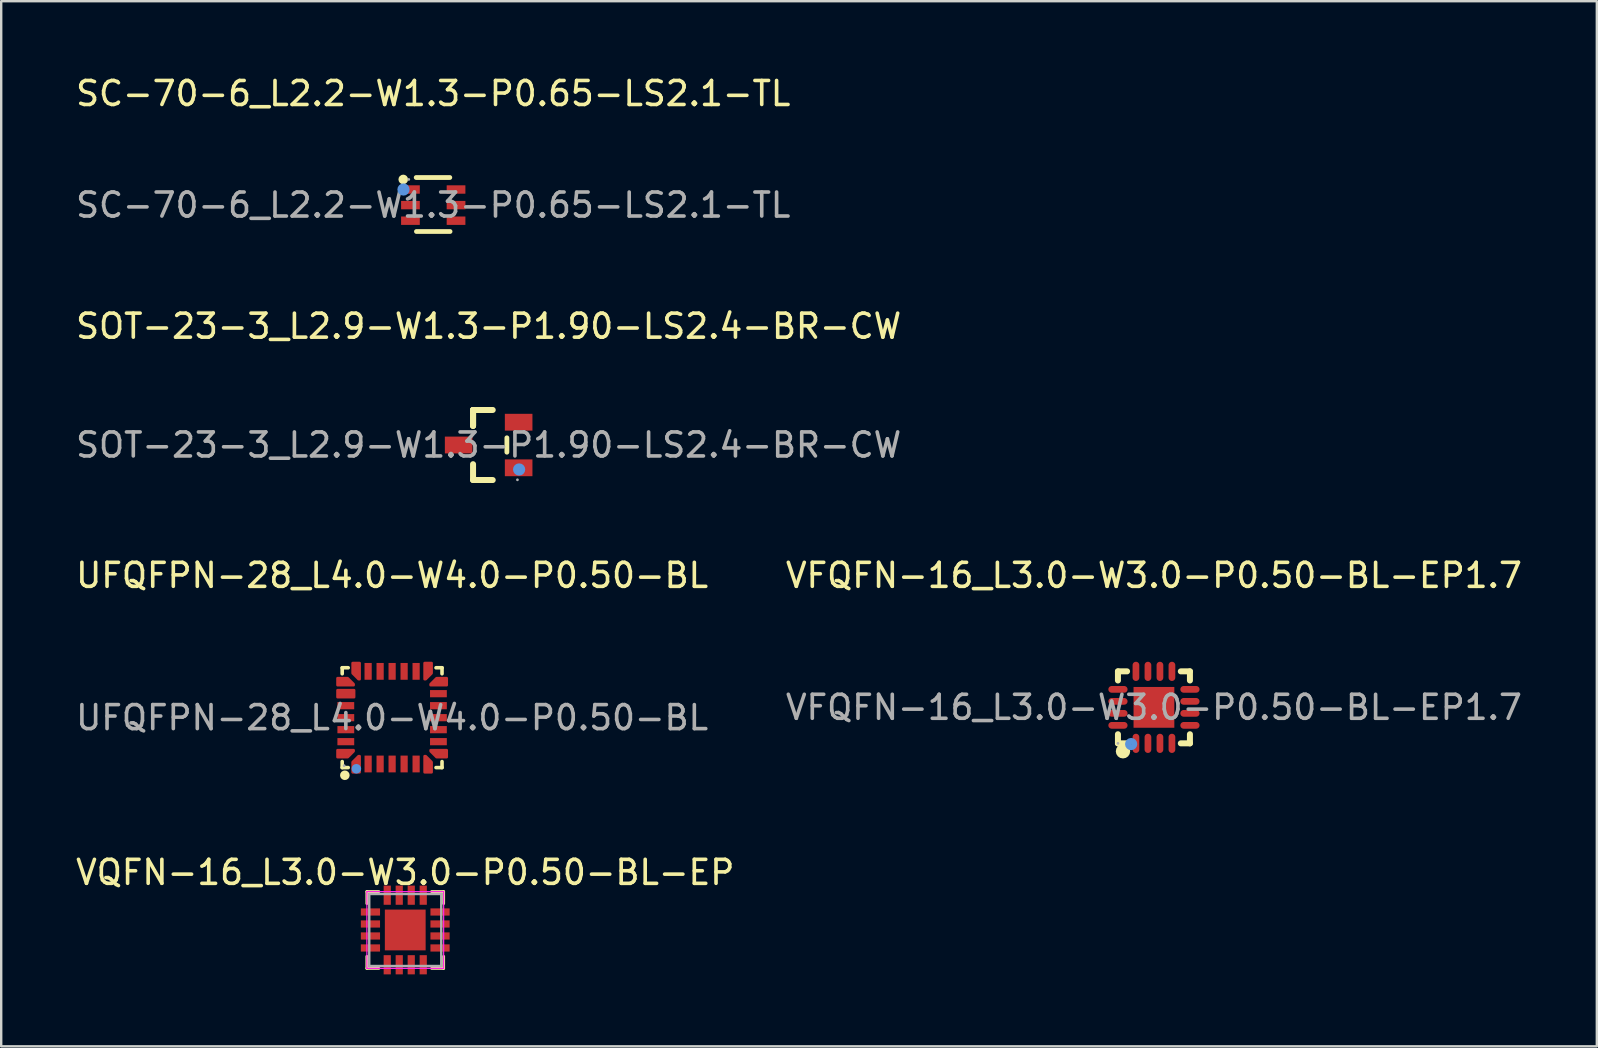
<source format=kicad_pcb>
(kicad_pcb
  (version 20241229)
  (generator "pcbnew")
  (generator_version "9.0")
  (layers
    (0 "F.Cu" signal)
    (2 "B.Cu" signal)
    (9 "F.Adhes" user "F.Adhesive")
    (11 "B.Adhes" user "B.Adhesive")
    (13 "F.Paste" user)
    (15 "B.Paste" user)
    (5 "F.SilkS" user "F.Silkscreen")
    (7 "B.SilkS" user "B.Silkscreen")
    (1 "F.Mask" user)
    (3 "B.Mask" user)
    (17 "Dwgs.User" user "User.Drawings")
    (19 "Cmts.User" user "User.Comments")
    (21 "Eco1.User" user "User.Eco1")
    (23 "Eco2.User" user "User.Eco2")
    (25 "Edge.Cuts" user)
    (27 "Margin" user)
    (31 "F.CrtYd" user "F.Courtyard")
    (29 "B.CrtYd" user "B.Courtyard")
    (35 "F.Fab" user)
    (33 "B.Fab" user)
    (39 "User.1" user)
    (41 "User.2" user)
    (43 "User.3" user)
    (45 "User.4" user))
  (footprint "VFQFN-16_L3.0-W3.0-P0.50-BL-EP1.7"
    (layer "F.Cu")
    (at 45.042 26.43)
    (property "Reference" "VFQFN-16_L3.0-W3.0-P0.50-BL-EP1.7" (at 0 -5.5 0) (layer "F.SilkS") (effects (font (size 1 1) (thickness 0.15))))
    (attr smd)
    (fp_line (start -1.5 -1.5) (end -1.12 -1.5) (stroke (width 0.25) (type solid)) (layer "F.SilkS"))
    (fp_line (start -1.5 -1.12) (end -1.5 -1.5) (stroke (width 0.25) (type solid)) (layer "F.SilkS"))
    (fp_line (start -1.5 1.5) (end -1.5 1.12) (stroke (width 0.25) (type solid)) (layer "F.SilkS"))
    (fp_line (start -1.12 1.5) (end -1.5 1.5) (stroke (width 0.25) (type solid)) (layer "F.SilkS"))
    (fp_line (start 1.12 -1.5) (end 1.5 -1.5) (stroke (width 0.25) (type solid)) (layer "F.SilkS"))
    (fp_line (start 1.5 -1.5) (end 1.5 -1.12) (stroke (width 0.25) (type solid)) (layer "F.SilkS"))
    (fp_line (start 1.5 1.12) (end 1.5 1.5) (stroke (width 0.25) (type solid)) (layer "F.SilkS"))
    (fp_line (start 1.5 1.5) (end 1.12 1.5) (stroke (width 0.25) (type solid)) (layer "F.SilkS"))
    (fp_arc (start -1.29 1.83) (mid -1.29 1.83) (end -1.29 1.83) (stroke (width 0.3) (type solid)) (layer "F.SilkS"))
    (fp_circle (center -0.95 1.53) (end -0.82 1.53) (stroke (width 0.25) (type solid)) (fill no) (layer "Cmts.User"))
    (fp_circle (center -1.5 1.5) (end -1.47 1.5) (stroke (width 0.06) (type solid)) (fill no) (layer "F.Fab"))
    (fp_text user "${REFERENCE}" (at 0 0 0) (layer "F.Fab") (effects (font (size 1 1) (thickness 0.15))))
    (pad "1" smd oval (at -0.75 1.5 180) (size 0.28 0.8) (layers "F.Cu" "F.Mask" "F.Paste"))
    (pad "2" smd oval (at -0.25 1.5 180) (size 0.28 0.8) (layers "F.Cu" "F.Mask" "F.Paste"))
    (pad "3" smd oval (at 0.25 1.5 180) (size 0.28 0.8) (layers "F.Cu" "F.Mask" "F.Paste"))
    (pad "4" smd oval (at 0.75 1.5 180) (size 0.28 0.8) (layers "F.Cu" "F.Mask" "F.Paste"))
    (pad "5" smd oval (at 1.5 0.75 90) (size 0.28 0.8) (layers "F.Cu" "F.Mask" "F.Paste"))
    (pad "6" smd oval (at 1.5 0.25 90) (size 0.28 0.8) (layers "F.Cu" "F.Mask" "F.Paste"))
    (pad "7" smd oval (at 1.5 -0.25 90) (size 0.28 0.8) (layers "F.Cu" "F.Mask" "F.Paste"))
    (pad "8" smd oval (at 1.5 -0.75 90) (size 0.28 0.8) (layers "F.Cu" "F.Mask" "F.Paste"))
    (pad "9" smd oval (at 0.75 -1.5 180) (size 0.28 0.8) (layers "F.Cu" "F.Mask" "F.Paste"))
    (pad "10" smd oval (at 0.25 -1.5 180) (size 0.28 0.8) (layers "F.Cu" "F.Mask" "F.Paste"))
    (pad "11" smd oval (at -0.25 -1.5 180) (size 0.28 0.8) (layers "F.Cu" "F.Mask" "F.Paste"))
    (pad "12" smd oval (at -0.75 -1.5 180) (size 0.28 0.8) (layers "F.Cu" "F.Mask" "F.Paste"))
    (pad "13" smd oval (at -1.5 -0.75 90) (size 0.28 0.8) (layers "F.Cu" "F.Mask" "F.Paste"))
    (pad "14" smd oval (at -1.5 -0.25 90) (size 0.28 0.8) (layers "F.Cu" "F.Mask" "F.Paste"))
    (pad "15" smd oval (at -1.5 0.25 90) (size 0.28 0.8) (layers "F.Cu" "F.Mask" "F.Paste"))
    (pad "16" smd oval (at -1.5 0.75 90) (size 0.28 0.8) (layers "F.Cu" "F.Mask" "F.Paste"))
    (pad "17" smd rect (at 0 0 90) (size 1.7 1.7) (layers "F.Cu" "F.Mask" "F.Paste")))
  (footprint "SC-70-6_L2.2-W1.3-P0.65-LS2.1-TL"
    (layer "F.Cu")
    (at 15.006 5.498)
    (property "Reference" "SC-70-6_L2.2-W1.3-P0.65-LS2.1-TL" (at 0 -4.65 0) (layer "F.SilkS") (effects (font (size 1 1) (thickness 0.15))))
    (attr smd)
    (fp_line (start 0.69 -1.15) (end -0.71 -1.15) (stroke (width 0.2) (type solid)) (layer "F.SilkS"))
    (fp_line (start 0.7 1.1) (end -0.7 1.1) (stroke (width 0.2) (type solid)) (layer "F.SilkS"))
    (fp_arc (start -1.25 -1.07) (mid -1.25 -1.07) (end -1.25 -1.07) (stroke (width 0.2) (type solid)) (layer "F.SilkS"))
    (fp_circle (center -1.24 -0.65) (end -1.11 -0.65) (stroke (width 0.25) (type solid)) (fill no) (layer "Cmts.User"))
    (fp_circle (center -1.02 -1.07) (end -0.99 -1.07) (stroke (width 0.06) (type solid)) (fill no) (layer "F.Fab"))
    (fp_text user "${REFERENCE}" (at 0 0 0) (layer "F.Fab") (effects (font (size 1 1) (thickness 0.15))))
    (pad "1" smd rect (at -0.95 -0.65 270) (size 0.35 0.78) (layers "F.Cu" "F.Mask" "F.Paste"))
    (pad "2" smd rect (at -0.95 0 270) (size 0.35 0.78) (layers "F.Cu" "F.Mask" "F.Paste"))
    (pad "3" smd rect (at -0.95 0.65 270) (size 0.35 0.78) (layers "F.Cu" "F.Mask" "F.Paste"))
    (pad "4" smd rect (at 0.95 0.65 90) (size 0.35 0.78) (layers "F.Cu" "F.Mask" "F.Paste"))
    (pad "5" smd rect (at 0.95 0 90) (size 0.35 0.78) (layers "F.Cu" "F.Mask" "F.Paste"))
    (pad "6" smd rect (at 0.95 -0.65 90) (size 0.35 0.78) (layers "F.Cu" "F.Mask" "F.Paste")))
  (footprint "SOT-23-3_L2.9-W1.3-P1.90-LS2.4-BR-CW"
    (layer "F.Cu")
    (at 17.315 15.496)
    (property "Reference" "SOT-23-3_L2.9-W1.3-P1.90-LS2.4-BR-CW" (at 0 -4.95 0) (layer "F.SilkS") (effects (font (size 1 1) (thickness 0.15))))
    (attr smd)
    (fp_line (start -0.65 -1.46) (end -0.65 -0.8) (stroke (width 0.25) (type solid)) (layer "F.SilkS"))
    (fp_line (start -0.65 -1.46) (end 0.17 -1.46) (stroke (width 0.25) (type solid)) (layer "F.SilkS"))
    (fp_line (start -0.65 -0.8) (end -0.65 -1.46) (stroke (width 0.25) (type solid)) (layer "F.SilkS"))
    (fp_line (start -0.65 -0.8) (end -0.65 -1.46) (stroke (width 0.25) (type solid)) (layer "F.SilkS"))
    (fp_line (start -0.65 1.46) (end -0.65 0.8) (stroke (width 0.25) (type solid)) (layer "F.SilkS"))
    (fp_line (start 0.17 1.46) (end -0.65 1.46) (stroke (width 0.25) (type solid)) (layer "F.SilkS"))
    (fp_line (start 0.76 0.3) (end 0.76 -0.3) (stroke (width 0.2) (type solid)) (layer "F.SilkS"))
    (fp_circle (center 1.27 1.02) (end 1.4 1.02) (stroke (width 0.25) (type solid)) (fill no) (layer "Cmts.User"))
    (fp_circle (center 1.2 1.45) (end 1.23 1.45) (stroke (width 0.06) (type solid)) (fill no) (layer "F.Fab"))
    (fp_text user "${REFERENCE}" (at 0 0 0) (layer "F.Fab") (effects (font (size 1 1) (thickness 0.15))))
    (pad "1" smd rect (at 1.25 0.95) (size 1.15 0.7) (layers "F.Cu" "F.Mask" "F.Paste"))
    (pad "2" smd rect (at -1.25 0) (size 1.15 0.7) (layers "F.Cu" "F.Mask" "F.Paste"))
    (pad "3" smd rect (at 1.25 -0.95) (size 1.15 0.7) (layers "F.Cu" "F.Mask" "F.Paste")))
  (footprint "VQFN-16_L3.0-W3.0-P0.50-BL-EP"
    (layer "F.Cu")
    (at 13.839 35.708)
    (property "Reference" "VQFN-16_L3.0-W3.0-P0.50-BL-EP" (at 0 -2.4 0) (layer "F.SilkS") (effects (font (size 1 1) (thickness 0.15))))
    (attr smd)
    (fp_line (start -1.6 -1.6) (end -1.6 -1.1) (stroke (width 0.12) (type solid)) (layer "F.SilkS"))
    (fp_line (start -1.6 -1.6) (end -1.1 -1.6) (stroke (width 0.12) (type solid)) (layer "F.SilkS"))
    (fp_line (start -1.6 1.6) (end -1.6 1.1) (stroke (width 0.12) (type solid)) (layer "F.SilkS"))
    (fp_line (start -1.6 1.6) (end -1.1 1.6) (stroke (width 0.12) (type solid)) (layer "F.SilkS"))
    (fp_line (start 1.6 -1.6) (end 1.1 -1.6) (stroke (width 0.12) (type solid)) (layer "F.SilkS"))
    (fp_line (start 1.6 -1.6) (end 1.6 -1.1) (stroke (width 0.12) (type solid)) (layer "F.SilkS"))
    (fp_line (start 1.6 1.6) (end 1.1 1.6) (stroke (width 0.12) (type solid)) (layer "F.SilkS"))
    (fp_line (start 1.6 1.6) (end 1.6 1.1) (stroke (width 0.12) (type solid)) (layer "F.SilkS"))
    (fp_line (start -1.6 -1.6) (end 1.6 -1.6) (stroke (width 0.05) (type solid)) (layer "F.CrtYd"))
    (fp_line (start -1.6 1.6) (end -1.6 -1.6) (stroke (width 0.05) (type solid)) (layer "F.CrtYd"))
    (fp_line (start 1.6 -1.6) (end 1.6 1.6) (stroke (width 0.05) (type solid)) (layer "F.CrtYd"))
    (fp_line (start 1.6 1.6) (end -1.6 1.6) (stroke (width 0.05) (type solid)) (layer "F.CrtYd"))
    (fp_line (start -1.5 -1.5) (end 1.5 -1.5) (stroke (width 0.1) (type solid)) (layer "F.Fab"))
    (fp_line (start -1.5 1.5) (end -1.5 -1.5) (stroke (width 0.1) (type solid)) (layer "F.Fab"))
    (fp_line (start 1.5 -1.5) (end 1.5 1.5) (stroke (width 0.1) (type solid)) (layer "F.Fab"))
    (fp_line (start 1.5 1.5) (end -1.5 1.5) (stroke (width 0.1) (type solid)) (layer "F.Fab"))
    (pad "1" smd rect (at -1.45 -0.75) (size 0.8 0.3) (layers "F.Cu" "F.Mask" "F.Paste"))
    (pad "2" smd rect (at -1.45 -0.25) (size 0.8 0.3) (layers "F.Cu" "F.Mask" "F.Paste"))
    (pad "3" smd rect (at -1.45 0.25) (size 0.8 0.3) (layers "F.Cu" "F.Mask" "F.Paste"))
    (pad "4" smd rect (at -1.45 0.75) (size 0.8 0.3) (layers "F.Cu" "F.Mask" "F.Paste"))
    (pad "5" smd rect (at -0.75 1.45 90) (size 0.8 0.3) (layers "F.Cu" "F.Mask" "F.Paste"))
    (pad "6" smd rect (at -0.25 1.45 90) (size 0.8 0.3) (layers "F.Cu" "F.Mask" "F.Paste"))
    (pad "7" smd rect (at 0.25 1.45 90) (size 0.8 0.3) (layers "F.Cu" "F.Mask" "F.Paste"))
    (pad "8" smd rect (at 0.75 1.45 90) (size 0.8 0.3) (layers "F.Cu" "F.Mask" "F.Paste"))
    (pad "9" smd rect (at 1.45 0.75) (size 0.8 0.3) (layers "F.Cu" "F.Mask" "F.Paste"))
    (pad "10" smd rect (at 1.45 0.25) (size 0.8 0.3) (layers "F.Cu" "F.Mask" "F.Paste"))
    (pad "11" smd rect (at 1.45 -0.25) (size 0.8 0.3) (layers "F.Cu" "F.Mask" "F.Paste"))
    (pad "12" smd rect (at 1.45 -0.75) (size 0.8 0.3) (layers "F.Cu" "F.Mask" "F.Paste"))
    (pad "13" smd rect (at 0.75 -1.45 90) (size 0.8 0.3) (layers "F.Cu" "F.Mask" "F.Paste"))
    (pad "14" smd rect (at 0.25 -1.45 90) (size 0.8 0.3) (layers "F.Cu" "F.Mask" "F.Paste"))
    (pad "15" smd rect (at -0.25 -1.45 90) (size 0.8 0.3) (layers "F.Cu" "F.Mask" "F.Paste"))
    (pad "16" smd rect (at -0.75 -1.45 90) (size 0.8 0.3) (layers "F.Cu" "F.Mask" "F.Paste"))
    (pad "17" smd rect (at 0 0) (size 1.7 1.7) (layers "F.Cu" "F.Mask" "F.Paste")))
  (footprint "UFQFPN-28_L4.0-W4.0-P0.50-BL"
    (layer "F.Cu")
    (at 13.292 26.86)
    (property "Reference" "UFQFPN-28_L4.0-W4.0-P0.50-BL" (at 0 -5.93 0) (layer "F.SilkS") (effects (font (size 1 1) (thickness 0.15))))
    (attr smd)
    (fp_line (start -2.08 -2.08) (end -1.83 -2.08) (stroke (width 0.15) (type solid)) (layer "F.SilkS"))
    (fp_line (start -2.08 -1.83) (end -2.08 -2.08) (stroke (width 0.15) (type solid)) (layer "F.SilkS"))
    (fp_line (start -2.08 1.83) (end -2.08 2.08) (stroke (width 0.15) (type solid)) (layer "F.SilkS"))
    (fp_line (start -2.08 2.08) (end -1.83 2.08) (stroke (width 0.15) (type solid)) (layer "F.SilkS"))
    (fp_line (start 2.08 -2.08) (end 1.83 -2.08) (stroke (width 0.15) (type solid)) (layer "F.SilkS"))
    (fp_line (start 2.08 -1.83) (end 2.08 -2.08) (stroke (width 0.15) (type solid)) (layer "F.SilkS"))
    (fp_line (start 2.08 1.83) (end 2.08 2.08) (stroke (width 0.15) (type solid)) (layer "F.SilkS"))
    (fp_line (start 2.08 2.08) (end 1.83 2.08) (stroke (width 0.15) (type solid)) (layer "F.SilkS"))
    (fp_circle (center -1.97 2.4) (end -1.87 2.4) (stroke (width 0.2) (type solid)) (fill no) (layer "F.SilkS"))
    (fp_circle (center -1.49 2.13) (end -1.39 2.13) (stroke (width 0.2) (type solid)) (fill no) (layer "Cmts.User"))
    (fp_circle (center -2 2) (end -1.97 2) (stroke (width 0.06) (type solid)) (fill no) (layer "F.Fab"))
    (fp_text user "${REFERENCE}" (at 0 0 0) (layer "F.Fab") (effects (font (size 1 1) (thickness 0.15))))
    (pad "1" smd custom (at -1.5 1.88) (size 0.01 0.01) (layers "F.Cu" "F.Mask" "F.Paste") (options (anchor circle)) (primitives (gr_poly (pts (xy -0.15 -0.03) (xy -0.15 0.4) (xy 0.15 0.4) (xy 0.15 -0.28) (xy 0.1 -0.28)) (width 0.1) (fill yes))))
    (pad "2" smd rect (at -1 1.93) (size 0.3 0.7) (layers "F.Cu" "F.Mask" "F.Paste"))
    (pad "3" smd rect (at -0.5 1.93) (size 0.3 0.7) (layers "F.Cu" "F.Mask" "F.Paste"))
    (pad "4" smd rect (at 0 1.93) (size 0.3 0.7) (layers "F.Cu" "F.Mask" "F.Paste"))
    (pad "5" smd rect (at 0.5 1.93) (size 0.3 0.7) (layers "F.Cu" "F.Mask" "F.Paste"))
    (pad "6" smd rect (at 1 1.93) (size 0.3 0.7) (layers "F.Cu" "F.Mask" "F.Paste"))
    (pad "7" smd custom (at 1.5 1.88) (size 0.01 0.01) (layers "F.Cu" "F.Mask" "F.Paste") (options (anchor circle)) (primitives (gr_poly (pts (xy 0.15 -0.03) (xy 0.15 0.4) (xy -0.15 0.4) (xy -0.15 -0.28) (xy -0.1 -0.28)) (width 0.1) (fill yes))))
    (pad "8" smd custom (at 1.88 1.5) (size 0.01 0.01) (layers "F.Cu" "F.Mask" "F.Paste") (options (anchor circle)) (primitives (gr_poly (pts (xy -0.03 0.15) (xy 0.4 0.15) (xy 0.4 -0.15) (xy -0.28 -0.15) (xy -0.28 -0.1)) (width 0.1) (fill yes))))
    (pad "9" smd rect (at 1.93 1) (size 0.7 0.3) (layers "F.Cu" "F.Mask" "F.Paste"))
    (pad "10" smd rect (at 1.93 0.5) (size 0.7 0.3) (layers "F.Cu" "F.Mask" "F.Paste"))
    (pad "11" smd rect (at 1.93 0) (size 0.7 0.3) (layers "F.Cu" "F.Mask" "F.Paste"))
    (pad "12" smd rect (at 1.93 -0.5) (size 0.7 0.3) (layers "F.Cu" "F.Mask" "F.Paste"))
    (pad "13" smd rect (at 1.93 -1) (size 0.7 0.3) (layers "F.Cu" "F.Mask" "F.Paste"))
    (pad "14" smd custom (at 1.88 -1.5) (size 0.01 0.01) (layers "F.Cu" "F.Mask" "F.Paste") (options (anchor circle)) (primitives (gr_poly (pts (xy -0.03 -0.15) (xy 0.4 -0.15) (xy 0.4 0.15) (xy -0.28 0.15) (xy -0.28 0.1)) (width 0.1) (fill yes))))
    (pad "15" smd custom (at 1.5 -1.88) (size 0.01 0.01) (layers "F.Cu" "F.Mask" "F.Paste") (options (anchor circle)) (primitives (gr_poly (pts (xy 0.15 0.03) (xy 0.15 -0.4) (xy -0.15 -0.4) (xy -0.15 0.28) (xy -0.1 0.28)) (width 0.1) (fill yes))))
    (pad "16" smd rect (at 1 -1.93) (size 0.3 0.7) (layers "F.Cu" "F.Mask" "F.Paste"))
    (pad "17" smd rect (at 0.5 -1.93) (size 0.3 0.7) (layers "F.Cu" "F.Mask" "F.Paste"))
    (pad "18" smd rect (at 0 -1.93) (size 0.3 0.7) (layers "F.Cu" "F.Mask" "F.Paste"))
    (pad "19" smd rect (at -0.5 -1.93) (size 0.3 0.7) (layers "F.Cu" "F.Mask" "F.Paste"))
    (pad "20" smd rect (at -1 -1.93) (size 0.3 0.7) (layers "F.Cu" "F.Mask" "F.Paste"))
    (pad "21" smd custom (at -1.5 -1.88) (size 0.01 0.01) (layers "F.Cu" "F.Mask" "F.Paste") (options (anchor circle)) (primitives (gr_poly (pts (xy -0.15 0.03) (xy -0.15 -0.4) (xy 0.15 -0.4) (xy 0.15 0.28) (xy 0.1 0.28)) (width 0.1) (fill yes))))
    (pad "22" smd custom (at -1.88 -1.5) (size 0.01 0.01) (layers "F.Cu" "F.Mask" "F.Paste") (options (anchor circle)) (primitives (gr_poly (pts (xy 0.03 -0.15) (xy -0.4 -0.15) (xy -0.4 0.15) (xy 0.28 0.15) (xy 0.28 0.1)) (width 0.1) (fill yes))))
    (pad "23" smd custom (at -1.93 -1) (size 0.01 0.01) (layers "F.Cu" "F.Mask" "F.Paste") (options (anchor circle)) (primitives (gr_poly (pts (xy -0.35 -0.15) (xy 0.35 -0.15) (xy 0.35 0.15) (xy -0.35 0.15)) (width 0.1) (fill yes))))
    (pad "24" smd rect (at -1.93 -0.5) (size 0.7 0.3) (layers "F.Cu" "F.Mask" "F.Paste"))
    (pad "25" smd rect (at -1.93 0) (size 0.7 0.3) (layers "F.Cu" "F.Mask" "F.Paste"))
    (pad "26" smd rect (at -1.93 0.5) (size 0.7 0.3) (layers "F.Cu" "F.Mask" "F.Paste"))
    (pad "27" smd rect (at -1.93 1) (size 0.7 0.3) (layers "F.Cu" "F.Mask" "F.Paste"))
    (pad "28" smd custom (at -1.88 1.5) (size 0.01 0.01) (layers "F.Cu" "F.Mask" "F.Paste") (options (anchor circle)) (primitives (gr_poly (pts (xy 0.03 0.15) (xy -0.4 0.15) (xy -0.4 -0.15) (xy 0.28 -0.15) (xy 0.28 -0.1)) (width 0.1) (fill yes)))))
  (gr_rect
    (start -3 -3)
    (end 63.5 40.558)
    (stroke (width 0.1) (type default))
    (fill no)
    (layer "Edge.Cuts")))
</source>
